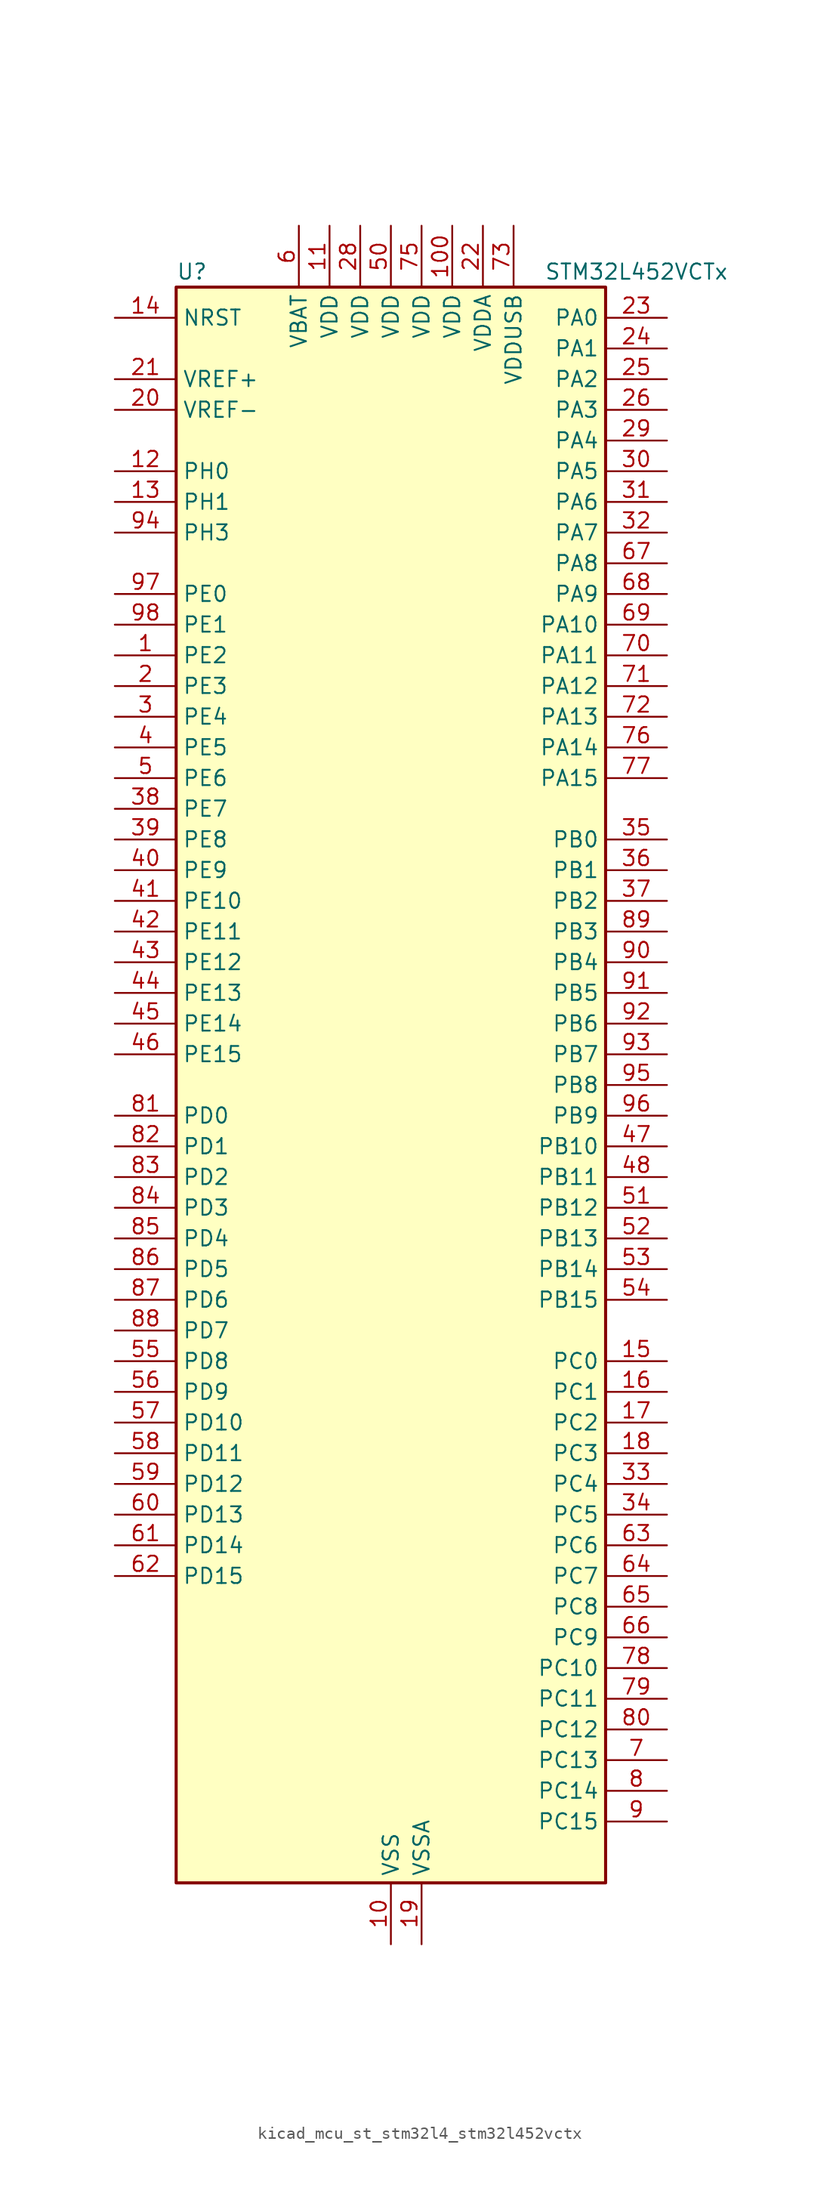
<source format=kicad_sym>
(kicad_symbol_lib
  (version 20220914)
  (generator kicad_symbol_editor)
  (symbol "kicad_mcu_st_stm32l4_stm32l452vctx"
    (property "Reference" "U"
      (at -17.78 67.31 0)
      (effects (font (size 1.27 1.27)) (justify left)))
    (property "Value" "STM32L452VCTx"
      (at 12.7 67.31 0)
      (effects (font (size 1.27 1.27)) (justify left)))
    (property "ki_locked" ""
      (at 0 0 0)
      (effects (font (size 1.27 1.27))))
    (symbol "kicad_mcu_st_stm32l4_stm32l452vctx_0_1"
      (rectangle (start -17.78 -66.04) (end 17.78 66.04) (stroke (width 0.254) (type default)) (fill (type background))))
    (symbol "kicad_mcu_st_stm32l4_stm32l452vctx_1_1"
      (pin bidirectional line (at -22.86 35.56 0) (length 5.08) (name "PE2" (effects (font (size 1.27 1.27)))) (number "1" (effects (font (size 1.27 1.27)))) (alternate "SAI1_MCLK_A" bidirectional line) (alternate "SYS_TRACECLK" bidirectional line) (alternate "TIM3_ETR" bidirectional line) (alternate "TSC_G7_IO1" bidirectional line))
      (pin power_in line (at 0 -71.12 90) (length 5.08) (name "VSS" (effects (font (size 1.27 1.27)))) (number "10" (effects (font (size 1.27 1.27)))))
      (pin power_in line (at 5.08 71.12 270) (length 5.08) (name "VDD" (effects (font (size 1.27 1.27)))) (number "100" (effects (font (size 1.27 1.27)))))
      (pin power_in line (at -5.08 71.12 270) (length 5.08) (name "VDD" (effects (font (size 1.27 1.27)))) (number "11" (effects (font (size 1.27 1.27)))))
      (pin bidirectional line (at -22.86 50.8 0) (length 5.08) (name "PH0" (effects (font (size 1.27 1.27)))) (number "12" (effects (font (size 1.27 1.27)))) (alternate "RCC_OSC_IN" bidirectional line))
      (pin bidirectional line (at -22.86 48.26 0) (length 5.08) (name "PH1" (effects (font (size 1.27 1.27)))) (number "13" (effects (font (size 1.27 1.27)))) (alternate "RCC_OSC_OUT" bidirectional line))
      (pin input line (at -22.86 63.5 0) (length 5.08) (name "NRST" (effects (font (size 1.27 1.27)))) (number "14" (effects (font (size 1.27 1.27)))))
      (pin bidirectional line (at 22.86 -22.86 180) (length 5.08) (name "PC0" (effects (font (size 1.27 1.27)))) (number "15" (effects (font (size 1.27 1.27)))) (alternate "ADC1_IN1" bidirectional line) (alternate "I2C3_SCL" bidirectional line) (alternate "I2C4_SCL" bidirectional line) (alternate "LPTIM1_IN1" bidirectional line) (alternate "LPTIM2_IN1" bidirectional line) (alternate "LPUART1_RX" bidirectional line))
      (pin bidirectional line (at 22.86 -25.4 180) (length 5.08) (name "PC1" (effects (font (size 1.27 1.27)))) (number "16" (effects (font (size 1.27 1.27)))) (alternate "ADC1_IN2" bidirectional line) (alternate "I2C3_SDA" bidirectional line) (alternate "I2C4_SDA" bidirectional line) (alternate "LPTIM1_OUT" bidirectional line) (alternate "LPUART1_TX" bidirectional line) (alternate "SYS_TRACED0" bidirectional line))
      (pin bidirectional line (at 22.86 -27.94 180) (length 5.08) (name "PC2" (effects (font (size 1.27 1.27)))) (number "17" (effects (font (size 1.27 1.27)))) (alternate "ADC1_IN3" bidirectional line) (alternate "DFSDM1_CKOUT" bidirectional line) (alternate "LPTIM1_IN2" bidirectional line) (alternate "SPI2_MISO" bidirectional line))
      (pin bidirectional line (at 22.86 -30.48 180) (length 5.08) (name "PC3" (effects (font (size 1.27 1.27)))) (number "18" (effects (font (size 1.27 1.27)))) (alternate "ADC1_IN4" bidirectional line) (alternate "LPTIM1_ETR" bidirectional line) (alternate "LPTIM2_ETR" bidirectional line) (alternate "SAI1_SD_A" bidirectional line) (alternate "SPI2_MOSI" bidirectional line))
      (pin power_in line (at 2.54 -71.12 90) (length 5.08) (name "VSSA" (effects (font (size 1.27 1.27)))) (number "19" (effects (font (size 1.27 1.27)))))
      (pin bidirectional line (at -22.86 33.02 0) (length 5.08) (name "PE3" (effects (font (size 1.27 1.27)))) (number "2" (effects (font (size 1.27 1.27)))) (alternate "SAI1_SD_B" bidirectional line) (alternate "SYS_TRACED0" bidirectional line) (alternate "TIM3_CH1" bidirectional line) (alternate "TSC_G7_IO2" bidirectional line))
      (pin input line (at -22.86 55.88 0) (length 5.08) (name "VREF-" (effects (font (size 1.27 1.27)))) (number "20" (effects (font (size 1.27 1.27)))))
      (pin input line (at -22.86 58.42 0) (length 5.08) (name "VREF+" (effects (font (size 1.27 1.27)))) (number "21" (effects (font (size 1.27 1.27)))) (alternate "VREFBUF_OUT" bidirectional line))
      (pin power_in line (at 7.62 71.12 270) (length 5.08) (name "VDDA" (effects (font (size 1.27 1.27)))) (number "22" (effects (font (size 1.27 1.27)))))
      (pin bidirectional line (at 22.86 63.5 180) (length 5.08) (name "PA0" (effects (font (size 1.27 1.27)))) (number "23" (effects (font (size 1.27 1.27)))) (alternate "ADC1_IN5" bidirectional line) (alternate "COMP1_INM" bidirectional line) (alternate "COMP1_OUT" bidirectional line) (alternate "OPAMP1_VINP" bidirectional line) (alternate "RTC_TAMP2" bidirectional line) (alternate "SAI1_EXTCLK" bidirectional line) (alternate "SYS_WKUP1" bidirectional line) (alternate "TIM2_CH1" bidirectional line) (alternate "TIM2_ETR" bidirectional line) (alternate "UART4_TX" bidirectional line) (alternate "USART2_CTS" bidirectional line))
      (pin bidirectional line (at 22.86 60.96 180) (length 5.08) (name "PA1" (effects (font (size 1.27 1.27)))) (number "24" (effects (font (size 1.27 1.27)))) (alternate "ADC1_IN6" bidirectional line) (alternate "COMP1_INP" bidirectional line) (alternate "I2C1_SMBA" bidirectional line) (alternate "OPAMP1_VINM" bidirectional line) (alternate "SPI1_SCK" bidirectional line) (alternate "TIM15_CH1N" bidirectional line) (alternate "TIM2_CH2" bidirectional line) (alternate "UART4_RX" bidirectional line) (alternate "USART2_DE" bidirectional line) (alternate "USART2_RTS" bidirectional line))
      (pin bidirectional line (at 22.86 58.42 180) (length 5.08) (name "PA2" (effects (font (size 1.27 1.27)))) (number "25" (effects (font (size 1.27 1.27)))) (alternate "ADC1_IN7" bidirectional line) (alternate "COMP2_INM" bidirectional line) (alternate "COMP2_OUT" bidirectional line) (alternate "LPUART1_TX" bidirectional line) (alternate "QUADSPI_BK1_NCS" bidirectional line) (alternate "RCC_LSCO" bidirectional line) (alternate "SYS_WKUP4" bidirectional line) (alternate "TIM15_CH1" bidirectional line) (alternate "TIM2_CH3" bidirectional line) (alternate "USART2_TX" bidirectional line))
      (pin bidirectional line (at 22.86 55.88 180) (length 5.08) (name "PA3" (effects (font (size 1.27 1.27)))) (number "26" (effects (font (size 1.27 1.27)))) (alternate "ADC1_IN8" bidirectional line) (alternate "COMP2_INP" bidirectional line) (alternate "LPUART1_RX" bidirectional line) (alternate "OPAMP1_VOUT" bidirectional line) (alternate "QUADSPI_CLK" bidirectional line) (alternate "SAI1_MCLK_A" bidirectional line) (alternate "TIM15_CH2" bidirectional line) (alternate "TIM2_CH4" bidirectional line) (alternate "USART2_RX" bidirectional line))
      (pin passive line (at 0 -71.12 90) (length 5.08) hide (name "VSS" (effects (font (size 1.27 1.27)))) (number "27" (effects (font (size 1.27 1.27)))))
      (pin power_in line (at -2.54 71.12 270) (length 5.08) (name "VDD" (effects (font (size 1.27 1.27)))) (number "28" (effects (font (size 1.27 1.27)))))
      (pin bidirectional line (at 22.86 53.34 180) (length 5.08) (name "PA4" (effects (font (size 1.27 1.27)))) (number "29" (effects (font (size 1.27 1.27)))) (alternate "ADC1_IN9" bidirectional line) (alternate "COMP1_INM" bidirectional line) (alternate "COMP2_INM" bidirectional line) (alternate "DAC1_OUT1" bidirectional line) (alternate "LPTIM2_OUT" bidirectional line) (alternate "SAI1_FS_B" bidirectional line) (alternate "SPI1_NSS" bidirectional line) (alternate "SPI3_NSS" bidirectional line) (alternate "USART2_CK" bidirectional line))
      (pin bidirectional line (at -22.86 30.48 0) (length 5.08) (name "PE4" (effects (font (size 1.27 1.27)))) (number "3" (effects (font (size 1.27 1.27)))) (alternate "DFSDM1_DATIN3" bidirectional line) (alternate "SAI1_FS_A" bidirectional line) (alternate "SYS_TRACED1" bidirectional line) (alternate "TIM3_CH2" bidirectional line) (alternate "TSC_G7_IO3" bidirectional line))
      (pin bidirectional line (at 22.86 50.8 180) (length 5.08) (name "PA5" (effects (font (size 1.27 1.27)))) (number "30" (effects (font (size 1.27 1.27)))) (alternate "ADC1_IN10" bidirectional line) (alternate "COMP1_INM" bidirectional line) (alternate "COMP2_INM" bidirectional line) (alternate "DFSDM1_CKOUT" bidirectional line) (alternate "LPTIM2_ETR" bidirectional line) (alternate "SPI1_SCK" bidirectional line) (alternate "TIM2_CH1" bidirectional line) (alternate "TIM2_ETR" bidirectional line))
      (pin bidirectional line (at 22.86 48.26 180) (length 5.08) (name "PA6" (effects (font (size 1.27 1.27)))) (number "31" (effects (font (size 1.27 1.27)))) (alternate "ADC1_IN11" bidirectional line) (alternate "COMP1_OUT" bidirectional line) (alternate "LPUART1_CTS" bidirectional line) (alternate "QUADSPI_BK1_IO3" bidirectional line) (alternate "SPI1_MISO" bidirectional line) (alternate "TIM16_CH1" bidirectional line) (alternate "TIM1_BKIN" bidirectional line) (alternate "TIM1_BKIN_COMP2" bidirectional line) (alternate "TIM3_CH1" bidirectional line) (alternate "USART3_CTS" bidirectional line))
      (pin bidirectional line (at 22.86 45.72 180) (length 5.08) (name "PA7" (effects (font (size 1.27 1.27)))) (number "32" (effects (font (size 1.27 1.27)))) (alternate "ADC1_IN12" bidirectional line) (alternate "COMP2_OUT" bidirectional line) (alternate "DFSDM1_DATIN0" bidirectional line) (alternate "I2C3_SCL" bidirectional line) (alternate "QUADSPI_BK1_IO2" bidirectional line) (alternate "SPI1_MOSI" bidirectional line) (alternate "TIM1_CH1N" bidirectional line) (alternate "TIM3_CH2" bidirectional line))
      (pin bidirectional line (at 22.86 -33.02 180) (length 5.08) (name "PC4" (effects (font (size 1.27 1.27)))) (number "33" (effects (font (size 1.27 1.27)))) (alternate "ADC1_IN13" bidirectional line) (alternate "COMP1_INM" bidirectional line) (alternate "USART3_TX" bidirectional line))
      (pin bidirectional line (at 22.86 -35.56 180) (length 5.08) (name "PC5" (effects (font (size 1.27 1.27)))) (number "34" (effects (font (size 1.27 1.27)))) (alternate "ADC1_IN14" bidirectional line) (alternate "COMP1_INP" bidirectional line) (alternate "SYS_WKUP5" bidirectional line) (alternate "USART3_RX" bidirectional line))
      (pin bidirectional line (at 22.86 20.32 180) (length 5.08) (name "PB0" (effects (font (size 1.27 1.27)))) (number "35" (effects (font (size 1.27 1.27)))) (alternate "ADC1_IN15" bidirectional line) (alternate "COMP1_OUT" bidirectional line) (alternate "DFSDM1_CKIN0" bidirectional line) (alternate "QUADSPI_BK1_IO1" bidirectional line) (alternate "SAI1_EXTCLK" bidirectional line) (alternate "SPI1_NSS" bidirectional line) (alternate "TIM1_CH2N" bidirectional line) (alternate "TIM3_CH3" bidirectional line) (alternate "USART3_CK" bidirectional line))
      (pin bidirectional line (at 22.86 17.78 180) (length 5.08) (name "PB1" (effects (font (size 1.27 1.27)))) (number "36" (effects (font (size 1.27 1.27)))) (alternate "ADC1_IN16" bidirectional line) (alternate "COMP1_INM" bidirectional line) (alternate "DFSDM1_DATIN0" bidirectional line) (alternate "LPTIM2_IN1" bidirectional line) (alternate "LPUART1_DE" bidirectional line) (alternate "LPUART1_RTS" bidirectional line) (alternate "QUADSPI_BK1_IO0" bidirectional line) (alternate "TIM1_CH3N" bidirectional line) (alternate "TIM3_CH4" bidirectional line) (alternate "USART3_DE" bidirectional line) (alternate "USART3_RTS" bidirectional line))
      (pin bidirectional line (at 22.86 15.24 180) (length 5.08) (name "PB2" (effects (font (size 1.27 1.27)))) (number "37" (effects (font (size 1.27 1.27)))) (alternate "COMP1_INP" bidirectional line) (alternate "DFSDM1_CKIN0" bidirectional line) (alternate "I2C3_SMBA" bidirectional line) (alternate "LPTIM1_OUT" bidirectional line) (alternate "RTC_OUT_ALARM" bidirectional line) (alternate "RTC_OUT_CALIB" bidirectional line))
      (pin bidirectional line (at -22.86 22.86 0) (length 5.08) (name "PE7" (effects (font (size 1.27 1.27)))) (number "38" (effects (font (size 1.27 1.27)))) (alternate "DFSDM1_DATIN2" bidirectional line) (alternate "SAI1_SD_B" bidirectional line) (alternate "TIM1_ETR" bidirectional line))
      (pin bidirectional line (at -22.86 20.32 0) (length 5.08) (name "PE8" (effects (font (size 1.27 1.27)))) (number "39" (effects (font (size 1.27 1.27)))) (alternate "DFSDM1_CKIN2" bidirectional line) (alternate "SAI1_SCK_B" bidirectional line) (alternate "TIM1_CH1N" bidirectional line))
      (pin bidirectional line (at -22.86 27.94 0) (length 5.08) (name "PE5" (effects (font (size 1.27 1.27)))) (number "4" (effects (font (size 1.27 1.27)))) (alternate "DFSDM1_CKIN3" bidirectional line) (alternate "SAI1_SCK_A" bidirectional line) (alternate "SYS_TRACED2" bidirectional line) (alternate "TIM3_CH3" bidirectional line) (alternate "TSC_G7_IO4" bidirectional line))
      (pin bidirectional line (at -22.86 17.78 0) (length 5.08) (name "PE9" (effects (font (size 1.27 1.27)))) (number "40" (effects (font (size 1.27 1.27)))) (alternate "DAC1_EXTI9" bidirectional line) (alternate "DFSDM1_CKOUT" bidirectional line) (alternate "SAI1_FS_B" bidirectional line) (alternate "TIM1_CH1" bidirectional line))
      (pin bidirectional line (at -22.86 15.24 0) (length 5.08) (name "PE10" (effects (font (size 1.27 1.27)))) (number "41" (effects (font (size 1.27 1.27)))) (alternate "QUADSPI_CLK" bidirectional line) (alternate "SAI1_MCLK_B" bidirectional line) (alternate "TIM1_CH2N" bidirectional line) (alternate "TSC_G5_IO1" bidirectional line))
      (pin bidirectional line (at -22.86 12.7 0) (length 5.08) (name "PE11" (effects (font (size 1.27 1.27)))) (number "42" (effects (font (size 1.27 1.27)))) (alternate "ADC1_EXTI11" bidirectional line) (alternate "QUADSPI_BK1_NCS" bidirectional line) (alternate "TIM1_CH2" bidirectional line) (alternate "TSC_G5_IO2" bidirectional line))
      (pin bidirectional line (at -22.86 10.16 0) (length 5.08) (name "PE12" (effects (font (size 1.27 1.27)))) (number "43" (effects (font (size 1.27 1.27)))) (alternate "QUADSPI_BK1_IO0" bidirectional line) (alternate "SPI1_NSS" bidirectional line) (alternate "TIM1_CH3N" bidirectional line) (alternate "TSC_G5_IO3" bidirectional line))
      (pin bidirectional line (at -22.86 7.62 0) (length 5.08) (name "PE13" (effects (font (size 1.27 1.27)))) (number "44" (effects (font (size 1.27 1.27)))) (alternate "QUADSPI_BK1_IO1" bidirectional line) (alternate "SPI1_SCK" bidirectional line) (alternate "TIM1_CH3" bidirectional line) (alternate "TSC_G5_IO4" bidirectional line))
      (pin bidirectional line (at -22.86 5.08 0) (length 5.08) (name "PE14" (effects (font (size 1.27 1.27)))) (number "45" (effects (font (size 1.27 1.27)))) (alternate "QUADSPI_BK1_IO2" bidirectional line) (alternate "SPI1_MISO" bidirectional line) (alternate "TIM1_BKIN2" bidirectional line) (alternate "TIM1_BKIN2_COMP2" bidirectional line) (alternate "TIM1_CH4" bidirectional line))
      (pin bidirectional line (at -22.86 2.54 0) (length 5.08) (name "PE15" (effects (font (size 1.27 1.27)))) (number "46" (effects (font (size 1.27 1.27)))) (alternate "ADC1_EXTI15" bidirectional line) (alternate "QUADSPI_BK1_IO3" bidirectional line) (alternate "SPI1_MOSI" bidirectional line) (alternate "TIM1_BKIN" bidirectional line) (alternate "TIM1_BKIN_COMP1" bidirectional line))
      (pin bidirectional line (at 22.86 -5.08 180) (length 5.08) (name "PB10" (effects (font (size 1.27 1.27)))) (number "47" (effects (font (size 1.27 1.27)))) (alternate "COMP1_OUT" bidirectional line) (alternate "I2C2_SCL" bidirectional line) (alternate "I2C4_SCL" bidirectional line) (alternate "LPUART1_RX" bidirectional line) (alternate "QUADSPI_CLK" bidirectional line) (alternate "SAI1_SCK_A" bidirectional line) (alternate "SPI2_SCK" bidirectional line) (alternate "TIM2_CH3" bidirectional line) (alternate "TSC_SYNC" bidirectional line) (alternate "USART3_TX" bidirectional line))
      (pin bidirectional line (at 22.86 -7.62 180) (length 5.08) (name "PB11" (effects (font (size 1.27 1.27)))) (number "48" (effects (font (size 1.27 1.27)))) (alternate "ADC1_EXTI11" bidirectional line) (alternate "COMP2_OUT" bidirectional line) (alternate "I2C2_SDA" bidirectional line) (alternate "I2C4_SDA" bidirectional line) (alternate "LPUART1_TX" bidirectional line) (alternate "QUADSPI_BK1_NCS" bidirectional line) (alternate "TIM2_CH4" bidirectional line) (alternate "USART3_RX" bidirectional line))
      (pin passive line (at 0 -71.12 90) (length 5.08) hide (name "VSS" (effects (font (size 1.27 1.27)))) (number "49" (effects (font (size 1.27 1.27)))))
      (pin bidirectional line (at -22.86 25.4 0) (length 5.08) (name "PE6" (effects (font (size 1.27 1.27)))) (number "5" (effects (font (size 1.27 1.27)))) (alternate "RTC_TAMP3" bidirectional line) (alternate "SAI1_SD_A" bidirectional line) (alternate "SYS_TRACED3" bidirectional line) (alternate "SYS_WKUP3" bidirectional line) (alternate "TIM3_CH4" bidirectional line))
      (pin power_in line (at 0 71.12 270) (length 5.08) (name "VDD" (effects (font (size 1.27 1.27)))) (number "50" (effects (font (size 1.27 1.27)))))
      (pin bidirectional line (at 22.86 -10.16 180) (length 5.08) (name "PB12" (effects (font (size 1.27 1.27)))) (number "51" (effects (font (size 1.27 1.27)))) (alternate "CAN1_RX" bidirectional line) (alternate "DFSDM1_DATIN1" bidirectional line) (alternate "I2C2_SMBA" bidirectional line) (alternate "LPUART1_DE" bidirectional line) (alternate "LPUART1_RTS" bidirectional line) (alternate "SAI1_FS_A" bidirectional line) (alternate "SPI2_NSS" bidirectional line) (alternate "TIM15_BKIN" bidirectional line) (alternate "TIM1_BKIN" bidirectional line) (alternate "TIM1_BKIN_COMP2" bidirectional line) (alternate "TSC_G1_IO1" bidirectional line) (alternate "USART3_CK" bidirectional line))
      (pin bidirectional line (at 22.86 -12.7 180) (length 5.08) (name "PB13" (effects (font (size 1.27 1.27)))) (number "52" (effects (font (size 1.27 1.27)))) (alternate "CAN1_TX" bidirectional line) (alternate "DFSDM1_CKIN1" bidirectional line) (alternate "I2C2_SCL" bidirectional line) (alternate "LPUART1_CTS" bidirectional line) (alternate "SAI1_SCK_A" bidirectional line) (alternate "SPI2_SCK" bidirectional line) (alternate "TIM15_CH1N" bidirectional line) (alternate "TIM1_CH1N" bidirectional line) (alternate "TSC_G1_IO2" bidirectional line) (alternate "USART3_CTS" bidirectional line))
      (pin bidirectional line (at 22.86 -15.24 180) (length 5.08) (name "PB14" (effects (font (size 1.27 1.27)))) (number "53" (effects (font (size 1.27 1.27)))) (alternate "DFSDM1_DATIN2" bidirectional line) (alternate "I2C2_SDA" bidirectional line) (alternate "SAI1_MCLK_A" bidirectional line) (alternate "SPI2_MISO" bidirectional line) (alternate "TIM15_CH1" bidirectional line) (alternate "TIM1_CH2N" bidirectional line) (alternate "TSC_G1_IO3" bidirectional line) (alternate "USART3_DE" bidirectional line) (alternate "USART3_RTS" bidirectional line))
      (pin bidirectional line (at 22.86 -17.78 180) (length 5.08) (name "PB15" (effects (font (size 1.27 1.27)))) (number "54" (effects (font (size 1.27 1.27)))) (alternate "ADC1_EXTI15" bidirectional line) (alternate "DFSDM1_CKIN2" bidirectional line) (alternate "RTC_REFIN" bidirectional line) (alternate "SAI1_SD_A" bidirectional line) (alternate "SPI2_MOSI" bidirectional line) (alternate "TIM15_CH2" bidirectional line) (alternate "TIM1_CH3N" bidirectional line) (alternate "TSC_G1_IO4" bidirectional line))
      (pin bidirectional line (at -22.86 -22.86 0) (length 5.08) (name "PD8" (effects (font (size 1.27 1.27)))) (number "55" (effects (font (size 1.27 1.27)))) (alternate "USART3_TX" bidirectional line))
      (pin bidirectional line (at -22.86 -25.4 0) (length 5.08) (name "PD9" (effects (font (size 1.27 1.27)))) (number "56" (effects (font (size 1.27 1.27)))) (alternate "DAC1_EXTI9" bidirectional line) (alternate "USART3_RX" bidirectional line))
      (pin bidirectional line (at -22.86 -27.94 0) (length 5.08) (name "PD10" (effects (font (size 1.27 1.27)))) (number "57" (effects (font (size 1.27 1.27)))) (alternate "TSC_G6_IO1" bidirectional line) (alternate "USART3_CK" bidirectional line))
      (pin bidirectional line (at -22.86 -30.48 0) (length 5.08) (name "PD11" (effects (font (size 1.27 1.27)))) (number "58" (effects (font (size 1.27 1.27)))) (alternate "ADC1_EXTI11" bidirectional line) (alternate "I2C4_SMBA" bidirectional line) (alternate "LPTIM2_ETR" bidirectional line) (alternate "TSC_G6_IO2" bidirectional line) (alternate "USART3_CTS" bidirectional line))
      (pin bidirectional line (at -22.86 -33.02 0) (length 5.08) (name "PD12" (effects (font (size 1.27 1.27)))) (number "59" (effects (font (size 1.27 1.27)))) (alternate "I2C4_SCL" bidirectional line) (alternate "LPTIM2_IN1" bidirectional line) (alternate "TSC_G6_IO3" bidirectional line) (alternate "USART3_DE" bidirectional line) (alternate "USART3_RTS" bidirectional line))
      (pin power_in line (at -7.62 71.12 270) (length 5.08) (name "VBAT" (effects (font (size 1.27 1.27)))) (number "6" (effects (font (size 1.27 1.27)))))
      (pin bidirectional line (at -22.86 -35.56 0) (length 5.08) (name "PD13" (effects (font (size 1.27 1.27)))) (number "60" (effects (font (size 1.27 1.27)))) (alternate "I2C4_SDA" bidirectional line) (alternate "LPTIM2_OUT" bidirectional line) (alternate "TSC_G6_IO4" bidirectional line))
      (pin bidirectional line (at -22.86 -38.1 0) (length 5.08) (name "PD14" (effects (font (size 1.27 1.27)))) (number "61" (effects (font (size 1.27 1.27)))))
      (pin bidirectional line (at -22.86 -40.64 0) (length 5.08) (name "PD15" (effects (font (size 1.27 1.27)))) (number "62" (effects (font (size 1.27 1.27)))) (alternate "ADC1_EXTI15" bidirectional line))
      (pin bidirectional line (at 22.86 -38.1 180) (length 5.08) (name "PC6" (effects (font (size 1.27 1.27)))) (number "63" (effects (font (size 1.27 1.27)))) (alternate "DFSDM1_CKIN3" bidirectional line) (alternate "SDMMC1_D6" bidirectional line) (alternate "TIM3_CH1" bidirectional line) (alternate "TSC_G4_IO1" bidirectional line))
      (pin bidirectional line (at 22.86 -40.64 180) (length 5.08) (name "PC7" (effects (font (size 1.27 1.27)))) (number "64" (effects (font (size 1.27 1.27)))) (alternate "DFSDM1_DATIN3" bidirectional line) (alternate "SDMMC1_D7" bidirectional line) (alternate "TIM3_CH2" bidirectional line) (alternate "TSC_G4_IO2" bidirectional line))
      (pin bidirectional line (at 22.86 -43.18 180) (length 5.08) (name "PC8" (effects (font (size 1.27 1.27)))) (number "65" (effects (font (size 1.27 1.27)))) (alternate "SDMMC1_D0" bidirectional line) (alternate "TIM3_CH3" bidirectional line) (alternate "TSC_G4_IO3" bidirectional line))
      (pin bidirectional line (at 22.86 -45.72 180) (length 5.08) (name "PC9" (effects (font (size 1.27 1.27)))) (number "66" (effects (font (size 1.27 1.27)))) (alternate "DAC1_EXTI9" bidirectional line) (alternate "SDMMC1_D1" bidirectional line) (alternate "TIM3_CH4" bidirectional line) (alternate "TSC_G4_IO4" bidirectional line) (alternate "USB_NOE" bidirectional line))
      (pin bidirectional line (at 22.86 43.18 180) (length 5.08) (name "PA8" (effects (font (size 1.27 1.27)))) (number "67" (effects (font (size 1.27 1.27)))) (alternate "DFSDM1_CKIN1" bidirectional line) (alternate "LPTIM2_OUT" bidirectional line) (alternate "RCC_MCO" bidirectional line) (alternate "SAI1_SCK_A" bidirectional line) (alternate "TIM1_CH1" bidirectional line) (alternate "USART1_CK" bidirectional line))
      (pin bidirectional line (at 22.86 40.64 180) (length 5.08) (name "PA9" (effects (font (size 1.27 1.27)))) (number "68" (effects (font (size 1.27 1.27)))) (alternate "DAC1_EXTI9" bidirectional line) (alternate "DFSDM1_DATIN1" bidirectional line) (alternate "I2C1_SCL" bidirectional line) (alternate "SAI1_FS_A" bidirectional line) (alternate "TIM15_BKIN" bidirectional line) (alternate "TIM1_CH2" bidirectional line) (alternate "USART1_TX" bidirectional line))
      (pin bidirectional line (at 22.86 38.1 180) (length 5.08) (name "PA10" (effects (font (size 1.27 1.27)))) (number "69" (effects (font (size 1.27 1.27)))) (alternate "CRS_SYNC" bidirectional line) (alternate "I2C1_SDA" bidirectional line) (alternate "SAI1_SD_A" bidirectional line) (alternate "TIM1_CH3" bidirectional line) (alternate "USART1_RX" bidirectional line))
      (pin bidirectional line (at 22.86 -55.88 180) (length 5.08) (name "PC13" (effects (font (size 1.27 1.27)))) (number "7" (effects (font (size 1.27 1.27)))) (alternate "RTC_OUT_ALARM" bidirectional line) (alternate "RTC_OUT_CALIB" bidirectional line) (alternate "RTC_TAMP1" bidirectional line) (alternate "RTC_TS" bidirectional line) (alternate "SYS_WKUP2" bidirectional line))
      (pin bidirectional line (at 22.86 35.56 180) (length 5.08) (name "PA11" (effects (font (size 1.27 1.27)))) (number "70" (effects (font (size 1.27 1.27)))) (alternate "ADC1_EXTI11" bidirectional line) (alternate "CAN1_RX" bidirectional line) (alternate "COMP1_OUT" bidirectional line) (alternate "SPI1_MISO" bidirectional line) (alternate "TIM1_BKIN2" bidirectional line) (alternate "TIM1_BKIN2_COMP1" bidirectional line) (alternate "TIM1_CH4" bidirectional line) (alternate "USART1_CTS" bidirectional line) (alternate "USB_DM" bidirectional line))
      (pin bidirectional line (at 22.86 33.02 180) (length 5.08) (name "PA12" (effects (font (size 1.27 1.27)))) (number "71" (effects (font (size 1.27 1.27)))) (alternate "CAN1_TX" bidirectional line) (alternate "SPI1_MOSI" bidirectional line) (alternate "TIM1_ETR" bidirectional line) (alternate "USART1_DE" bidirectional line) (alternate "USART1_RTS" bidirectional line) (alternate "USB_DP" bidirectional line))
      (pin bidirectional line (at 22.86 30.48 180) (length 5.08) (name "PA13" (effects (font (size 1.27 1.27)))) (number "72" (effects (font (size 1.27 1.27)))) (alternate "IR_OUT" bidirectional line) (alternate "SAI1_SD_B" bidirectional line) (alternate "SYS_JTMS-SWDIO" bidirectional line) (alternate "USB_NOE" bidirectional line))
      (pin power_in line (at 10.16 71.12 270) (length 5.08) (name "VDDUSB" (effects (font (size 1.27 1.27)))) (number "73" (effects (font (size 1.27 1.27)))))
      (pin passive line (at 0 -71.12 90) (length 5.08) hide (name "VSS" (effects (font (size 1.27 1.27)))) (number "74" (effects (font (size 1.27 1.27)))))
      (pin power_in line (at 2.54 71.12 270) (length 5.08) (name "VDD" (effects (font (size 1.27 1.27)))) (number "75" (effects (font (size 1.27 1.27)))))
      (pin bidirectional line (at 22.86 27.94 180) (length 5.08) (name "PA14" (effects (font (size 1.27 1.27)))) (number "76" (effects (font (size 1.27 1.27)))) (alternate "I2C1_SMBA" bidirectional line) (alternate "I2C4_SMBA" bidirectional line) (alternate "LPTIM1_OUT" bidirectional line) (alternate "SAI1_FS_B" bidirectional line) (alternate "SYS_JTCK-SWCLK" bidirectional line))
      (pin bidirectional line (at 22.86 25.4 180) (length 5.08) (name "PA15" (effects (font (size 1.27 1.27)))) (number "77" (effects (font (size 1.27 1.27)))) (alternate "ADC1_EXTI15" bidirectional line) (alternate "SPI1_NSS" bidirectional line) (alternate "SPI3_NSS" bidirectional line) (alternate "SYS_JTDI" bidirectional line) (alternate "TIM2_CH1" bidirectional line) (alternate "TIM2_ETR" bidirectional line) (alternate "TSC_G3_IO1" bidirectional line) (alternate "UART4_DE" bidirectional line) (alternate "UART4_RTS" bidirectional line) (alternate "USART2_RX" bidirectional line) (alternate "USART3_DE" bidirectional line) (alternate "USART3_RTS" bidirectional line))
      (pin bidirectional line (at 22.86 -48.26 180) (length 5.08) (name "PC10" (effects (font (size 1.27 1.27)))) (number "78" (effects (font (size 1.27 1.27)))) (alternate "SDMMC1_D2" bidirectional line) (alternate "SPI3_SCK" bidirectional line) (alternate "SYS_TRACED1" bidirectional line) (alternate "TSC_G3_IO2" bidirectional line) (alternate "UART4_TX" bidirectional line) (alternate "USART3_TX" bidirectional line))
      (pin bidirectional line (at 22.86 -50.8 180) (length 5.08) (name "PC11" (effects (font (size 1.27 1.27)))) (number "79" (effects (font (size 1.27 1.27)))) (alternate "ADC1_EXTI11" bidirectional line) (alternate "SDMMC1_D3" bidirectional line) (alternate "SPI3_MISO" bidirectional line) (alternate "TSC_G3_IO3" bidirectional line) (alternate "UART4_RX" bidirectional line) (alternate "USART3_RX" bidirectional line))
      (pin bidirectional line (at 22.86 -58.42 180) (length 5.08) (name "PC14" (effects (font (size 1.27 1.27)))) (number "8" (effects (font (size 1.27 1.27)))) (alternate "RCC_OSC32_IN" bidirectional line))
      (pin bidirectional line (at 22.86 -53.34 180) (length 5.08) (name "PC12" (effects (font (size 1.27 1.27)))) (number "80" (effects (font (size 1.27 1.27)))) (alternate "SDMMC1_CK" bidirectional line) (alternate "SPI3_MOSI" bidirectional line) (alternate "SYS_TRACED3" bidirectional line) (alternate "TSC_G3_IO4" bidirectional line) (alternate "USART3_CK" bidirectional line))
      (pin bidirectional line (at -22.86 -2.54 0) (length 5.08) (name "PD0" (effects (font (size 1.27 1.27)))) (number "81" (effects (font (size 1.27 1.27)))) (alternate "CAN1_RX" bidirectional line) (alternate "SPI2_NSS" bidirectional line))
      (pin bidirectional line (at -22.86 -5.08 0) (length 5.08) (name "PD1" (effects (font (size 1.27 1.27)))) (number "82" (effects (font (size 1.27 1.27)))) (alternate "CAN1_TX" bidirectional line) (alternate "SPI2_SCK" bidirectional line))
      (pin bidirectional line (at -22.86 -7.62 0) (length 5.08) (name "PD2" (effects (font (size 1.27 1.27)))) (number "83" (effects (font (size 1.27 1.27)))) (alternate "SDMMC1_CMD" bidirectional line) (alternate "SYS_TRACED2" bidirectional line) (alternate "TIM3_ETR" bidirectional line) (alternate "TSC_SYNC" bidirectional line) (alternate "USART3_DE" bidirectional line) (alternate "USART3_RTS" bidirectional line))
      (pin bidirectional line (at -22.86 -10.16 0) (length 5.08) (name "PD3" (effects (font (size 1.27 1.27)))) (number "84" (effects (font (size 1.27 1.27)))) (alternate "DFSDM1_DATIN0" bidirectional line) (alternate "QUADSPI_BK2_NCS" bidirectional line) (alternate "SPI2_MISO" bidirectional line) (alternate "USART2_CTS" bidirectional line))
      (pin bidirectional line (at -22.86 -12.7 0) (length 5.08) (name "PD4" (effects (font (size 1.27 1.27)))) (number "85" (effects (font (size 1.27 1.27)))) (alternate "DFSDM1_CKIN0" bidirectional line) (alternate "QUADSPI_BK2_IO0" bidirectional line) (alternate "SPI2_MOSI" bidirectional line) (alternate "USART2_DE" bidirectional line) (alternate "USART2_RTS" bidirectional line))
      (pin bidirectional line (at -22.86 -15.24 0) (length 5.08) (name "PD5" (effects (font (size 1.27 1.27)))) (number "86" (effects (font (size 1.27 1.27)))) (alternate "QUADSPI_BK2_IO1" bidirectional line) (alternate "USART2_TX" bidirectional line))
      (pin bidirectional line (at -22.86 -17.78 0) (length 5.08) (name "PD6" (effects (font (size 1.27 1.27)))) (number "87" (effects (font (size 1.27 1.27)))) (alternate "DFSDM1_DATIN1" bidirectional line) (alternate "QUADSPI_BK2_IO2" bidirectional line) (alternate "SAI1_SD_A" bidirectional line) (alternate "USART2_RX" bidirectional line))
      (pin bidirectional line (at -22.86 -20.32 0) (length 5.08) (name "PD7" (effects (font (size 1.27 1.27)))) (number "88" (effects (font (size 1.27 1.27)))) (alternate "DFSDM1_CKIN1" bidirectional line) (alternate "QUADSPI_BK2_IO3" bidirectional line) (alternate "USART2_CK" bidirectional line))
      (pin bidirectional line (at 22.86 12.7 180) (length 5.08) (name "PB3" (effects (font (size 1.27 1.27)))) (number "89" (effects (font (size 1.27 1.27)))) (alternate "COMP2_INM" bidirectional line) (alternate "SAI1_SCK_B" bidirectional line) (alternate "SPI1_SCK" bidirectional line) (alternate "SPI3_SCK" bidirectional line) (alternate "SYS_JTDO-SWO" bidirectional line) (alternate "TIM2_CH2" bidirectional line) (alternate "USART1_DE" bidirectional line) (alternate "USART1_RTS" bidirectional line))
      (pin bidirectional line (at 22.86 -60.96 180) (length 5.08) (name "PC15" (effects (font (size 1.27 1.27)))) (number "9" (effects (font (size 1.27 1.27)))) (alternate "ADC1_EXTI15" bidirectional line) (alternate "RCC_OSC32_OUT" bidirectional line))
      (pin bidirectional line (at 22.86 10.16 180) (length 5.08) (name "PB4" (effects (font (size 1.27 1.27)))) (number "90" (effects (font (size 1.27 1.27)))) (alternate "COMP2_INP" bidirectional line) (alternate "I2C3_SDA" bidirectional line) (alternate "SAI1_MCLK_B" bidirectional line) (alternate "SPI1_MISO" bidirectional line) (alternate "SPI3_MISO" bidirectional line) (alternate "SYS_JTRST" bidirectional line) (alternate "TIM3_CH1" bidirectional line) (alternate "TSC_G2_IO1" bidirectional line) (alternate "USART1_CTS" bidirectional line))
      (pin bidirectional line (at 22.86 7.62 180) (length 5.08) (name "PB5" (effects (font (size 1.27 1.27)))) (number "91" (effects (font (size 1.27 1.27)))) (alternate "CAN1_RX" bidirectional line) (alternate "COMP2_OUT" bidirectional line) (alternate "I2C1_SMBA" bidirectional line) (alternate "LPTIM1_IN1" bidirectional line) (alternate "SAI1_SD_B" bidirectional line) (alternate "SPI1_MOSI" bidirectional line) (alternate "SPI3_MOSI" bidirectional line) (alternate "TIM16_BKIN" bidirectional line) (alternate "TIM3_CH2" bidirectional line) (alternate "TSC_G2_IO2" bidirectional line) (alternate "USART1_CK" bidirectional line))
      (pin bidirectional line (at 22.86 5.08 180) (length 5.08) (name "PB6" (effects (font (size 1.27 1.27)))) (number "92" (effects (font (size 1.27 1.27)))) (alternate "CAN1_TX" bidirectional line) (alternate "COMP2_INP" bidirectional line) (alternate "I2C1_SCL" bidirectional line) (alternate "I2C4_SCL" bidirectional line) (alternate "LPTIM1_ETR" bidirectional line) (alternate "SAI1_FS_B" bidirectional line) (alternate "TIM16_CH1N" bidirectional line) (alternate "TSC_G2_IO3" bidirectional line) (alternate "USART1_TX" bidirectional line))
      (pin bidirectional line (at 22.86 2.54 180) (length 5.08) (name "PB7" (effects (font (size 1.27 1.27)))) (number "93" (effects (font (size 1.27 1.27)))) (alternate "COMP2_INM" bidirectional line) (alternate "I2C1_SDA" bidirectional line) (alternate "I2C4_SDA" bidirectional line) (alternate "LPTIM1_IN2" bidirectional line) (alternate "SYS_PVD_IN" bidirectional line) (alternate "TSC_G2_IO4" bidirectional line) (alternate "UART4_CTS" bidirectional line) (alternate "USART1_RX" bidirectional line))
      (pin bidirectional line (at -22.86 45.72 0) (length 5.08) (name "PH3" (effects (font (size 1.27 1.27)))) (number "94" (effects (font (size 1.27 1.27)))))
      (pin bidirectional line (at 22.86 0 180) (length 5.08) (name "PB8" (effects (font (size 1.27 1.27)))) (number "95" (effects (font (size 1.27 1.27)))) (alternate "CAN1_RX" bidirectional line) (alternate "I2C1_SCL" bidirectional line) (alternate "SAI1_MCLK_A" bidirectional line) (alternate "SDMMC1_D4" bidirectional line) (alternate "TIM16_CH1" bidirectional line))
      (pin bidirectional line (at 22.86 -2.54 180) (length 5.08) (name "PB9" (effects (font (size 1.27 1.27)))) (number "96" (effects (font (size 1.27 1.27)))) (alternate "CAN1_TX" bidirectional line) (alternate "DAC1_EXTI9" bidirectional line) (alternate "I2C1_SDA" bidirectional line) (alternate "IR_OUT" bidirectional line) (alternate "SAI1_FS_A" bidirectional line) (alternate "SDMMC1_D5" bidirectional line) (alternate "SPI2_NSS" bidirectional line))
      (pin bidirectional line (at -22.86 40.64 0) (length 5.08) (name "PE0" (effects (font (size 1.27 1.27)))) (number "97" (effects (font (size 1.27 1.27)))) (alternate "TIM16_CH1" bidirectional line))
      (pin bidirectional line (at -22.86 38.1 0) (length 5.08) (name "PE1" (effects (font (size 1.27 1.27)))) (number "98" (effects (font (size 1.27 1.27)))))
      (pin passive line (at 0 -71.12 90) (length 5.08) hide (name "VSS" (effects (font (size 1.27 1.27)))) (number "99" (effects (font (size 1.27 1.27))))))))
</source>
